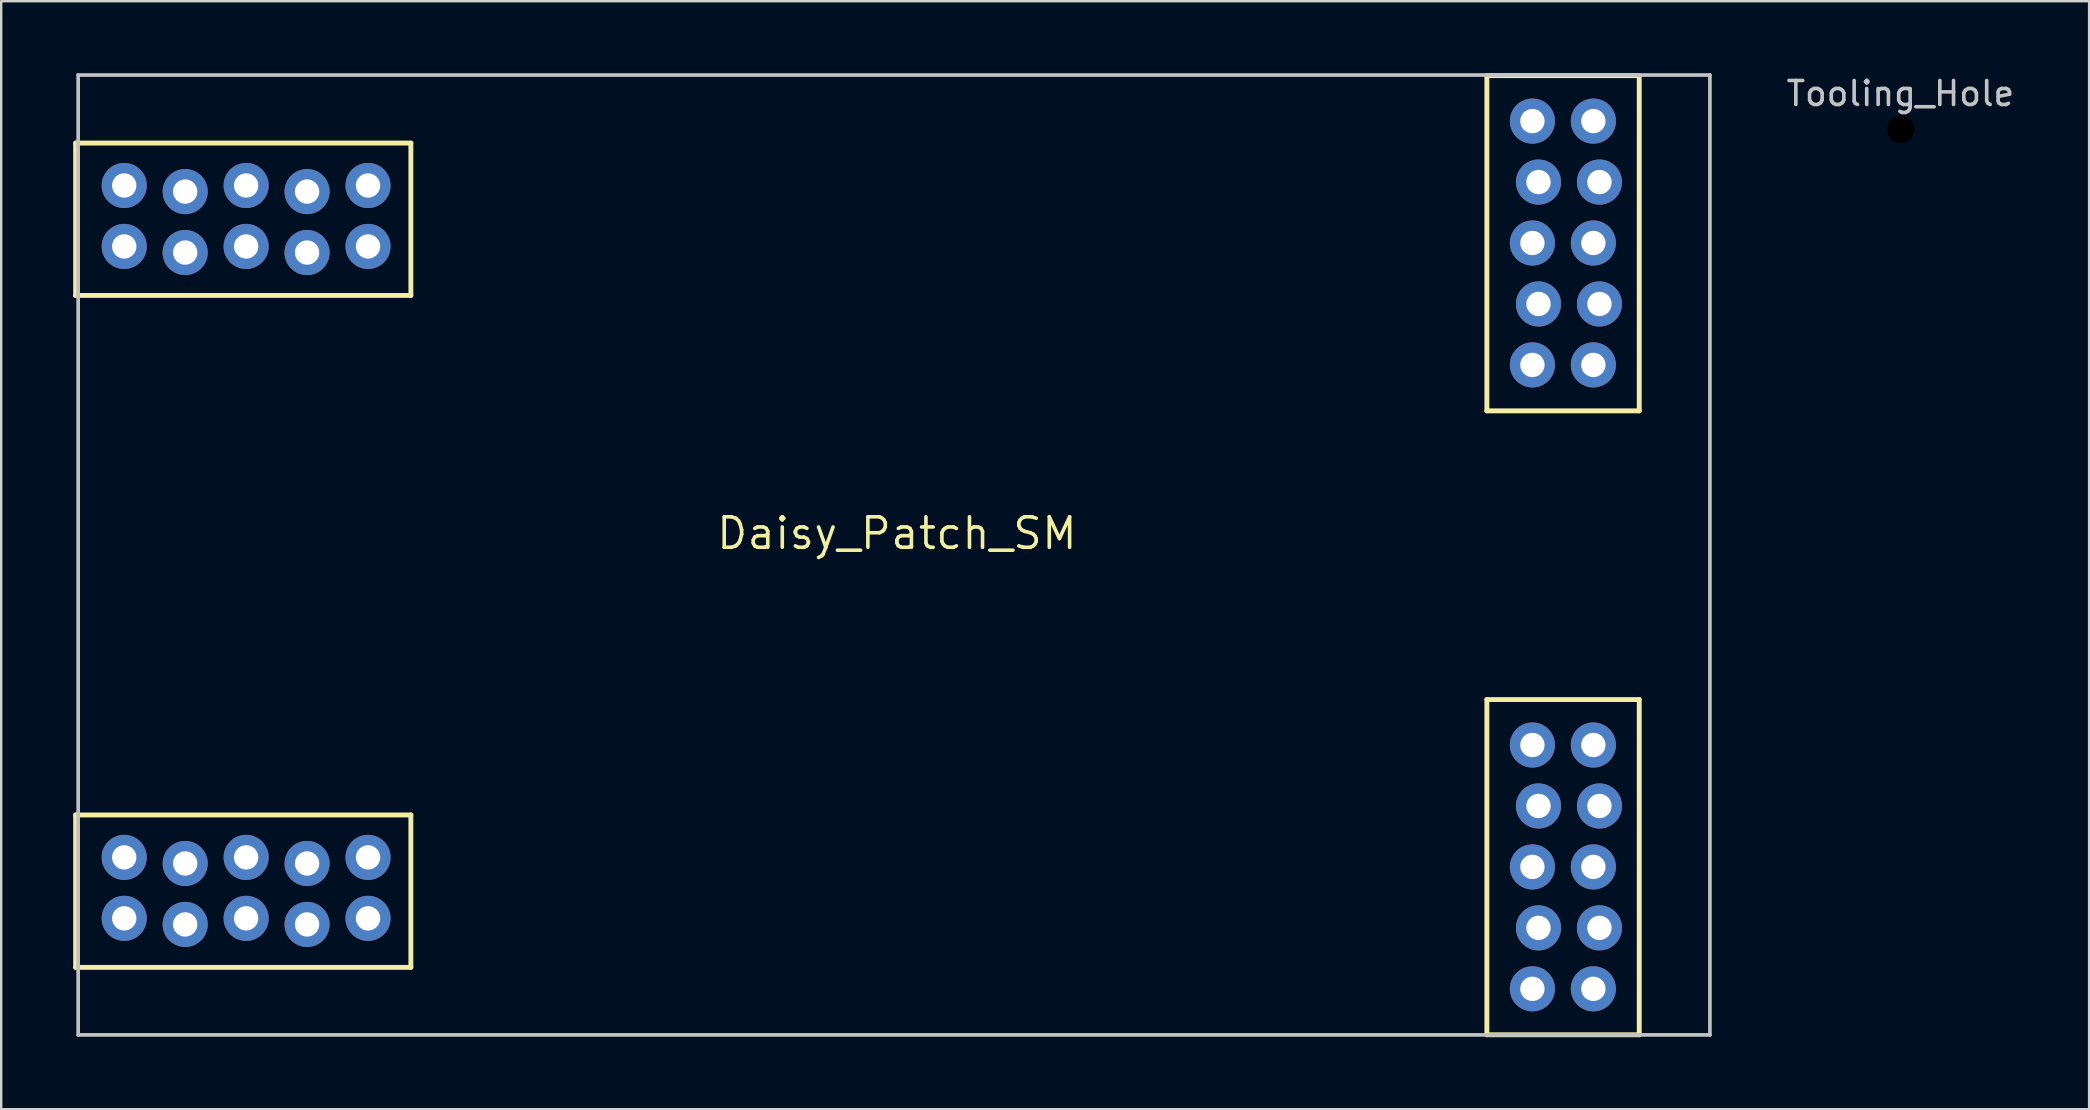
<source format=kicad_pcb>
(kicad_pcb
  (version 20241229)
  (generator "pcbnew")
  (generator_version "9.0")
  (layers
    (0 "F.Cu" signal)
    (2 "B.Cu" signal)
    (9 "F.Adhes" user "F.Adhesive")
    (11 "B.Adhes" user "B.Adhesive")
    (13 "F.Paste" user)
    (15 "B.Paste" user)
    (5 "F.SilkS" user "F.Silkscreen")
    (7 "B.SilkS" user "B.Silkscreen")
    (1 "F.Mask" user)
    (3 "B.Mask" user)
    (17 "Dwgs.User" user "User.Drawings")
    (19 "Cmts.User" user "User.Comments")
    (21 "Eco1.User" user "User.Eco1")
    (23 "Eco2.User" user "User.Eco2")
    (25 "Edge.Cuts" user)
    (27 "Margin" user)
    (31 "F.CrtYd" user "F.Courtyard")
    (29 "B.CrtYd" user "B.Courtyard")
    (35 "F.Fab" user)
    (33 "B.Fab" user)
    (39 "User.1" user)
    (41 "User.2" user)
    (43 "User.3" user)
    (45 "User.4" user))
  (footprint "Daisy_Patch_SM"
    (layer "F.Cu")
    (at 34.617 20.867)
    (property "Reference" "Daisy_Patch_SM" (at -0.29 -1.69 0) (layer "F.SilkS") (effects (font (size 1.27 1.27) (thickness 0.15))))
    (attr through_hole)
    (fp_line (start -34.515 -17.955) (end -34.515 -11.605) (stroke (width 0.203) (type solid)) (layer "F.SilkS"))
    (fp_line (start -34.515 -11.605) (end -20.545 -11.605) (stroke (width 0.203) (type solid)) (layer "F.SilkS"))
    (fp_line (start -34.515 10.045) (end -34.515 16.395) (stroke (width 0.203) (type solid)) (layer "F.SilkS"))
    (fp_line (start -34.515 16.395) (end -20.545 16.395) (stroke (width 0.203) (type solid)) (layer "F.SilkS"))
    (fp_line (start -20.545 -17.955) (end -34.515 -17.955) (stroke (width 0.203) (type solid)) (layer "F.SilkS"))
    (fp_line (start -20.545 -11.605) (end -20.545 -17.955) (stroke (width 0.203) (type solid)) (layer "F.SilkS"))
    (fp_line (start -20.545 10.045) (end -34.515 10.045) (stroke (width 0.203) (type solid)) (layer "F.SilkS"))
    (fp_line (start -20.545 16.395) (end -20.545 10.045) (stroke (width 0.203) (type solid)) (layer "F.SilkS"))
    (fp_line (start 24.295 -20.765) (end 24.295 -6.795) (stroke (width 0.203) (type solid)) (layer "F.SilkS"))
    (fp_line (start 24.295 -6.795) (end 30.645 -6.795) (stroke (width 0.203) (type solid)) (layer "F.SilkS"))
    (fp_line (start 24.295 5.235) (end 24.295 19.205) (stroke (width 0.203) (type solid)) (layer "F.SilkS"))
    (fp_line (start 24.295 19.205) (end 30.645 19.205) (stroke (width 0.203) (type solid)) (layer "F.SilkS"))
    (fp_line (start 30.645 -20.765) (end 24.295 -20.765) (stroke (width 0.203) (type solid)) (layer "F.SilkS"))
    (fp_line (start 30.645 -6.795) (end 30.645 -20.765) (stroke (width 0.203) (type solid)) (layer "F.SilkS"))
    (fp_line (start 30.645 5.235) (end 24.295 5.235) (stroke (width 0.203) (type solid)) (layer "F.SilkS"))
    (fp_line (start 30.645 19.205) (end 30.645 5.235) (stroke (width 0.203) (type solid)) (layer "F.SilkS"))
    (fp_line (start -34.41 -20.79) (end -34.41 19.21) (stroke (width 0.152) (type solid)) (layer "Dwgs.User"))
    (fp_line (start -34.41 -20.79) (end 33.59 -20.79) (stroke (width 0.152) (type solid)) (layer "Dwgs.User"))
    (fp_line (start -34.41 19.21) (end 33.59 19.21) (stroke (width 0.152) (type solid)) (layer "Dwgs.User"))
    (fp_line (start 33.59 -20.79) (end 33.59 19.21) (stroke (width 0.152) (type solid)) (layer "Dwgs.User"))
    (pad "A1" thru_hole circle (at -32.49 -16.187 90) (size 1.88 1.88) (drill 1.016) (layers "*.Cu" "*.Mask"))
    (pad "A2" thru_hole circle (at -29.95 -15.933 90) (size 1.88 1.88) (drill 1.016) (layers "*.Cu" "*.Mask"))
    (pad "A3" thru_hole circle (at -27.41 -16.187 90) (size 1.88 1.88) (drill 1.016) (layers "*.Cu" "*.Mask"))
    (pad "A4" thru_hole circle (at -24.87 -15.933 90) (size 1.88 1.88) (drill 1.016) (layers "*.Cu" "*.Mask"))
    (pad "A5" thru_hole circle (at -22.33 -16.187 90) (size 1.88 1.88) (drill 1.016) (layers "*.Cu" "*.Mask"))
    (pad "A6" thru_hole circle (at -22.33 -13.647 90) (size 1.88 1.88) (drill 1.016) (layers "*.Cu" "*.Mask"))
    (pad "A7" thru_hole circle (at -24.87 -13.393 90) (size 1.88 1.88) (drill 1.016) (layers "*.Cu" "*.Mask"))
    (pad "A8" thru_hole circle (at -27.41 -13.647 90) (size 1.88 1.88) (drill 1.016) (layers "*.Cu" "*.Mask"))
    (pad "A9" thru_hole circle (at -29.95 -13.393 90) (size 1.88 1.88) (drill 1.016) (layers "*.Cu" "*.Mask"))
    (pad "A10" thru_hole circle (at -32.49 -13.647 90) (size 1.88 1.88) (drill 1.016) (layers "*.Cu" "*.Mask"))
    (pad "B1" thru_hole circle (at 28.733 -18.87 180) (size 1.88 1.88) (drill 1.016) (layers "*.Cu" "*.Mask"))
    (pad "B2" thru_hole circle (at 28.987 -16.33 180) (size 1.88 1.88) (drill 1.016) (layers "*.Cu" "*.Mask"))
    (pad "B3" thru_hole circle (at 28.733 -13.79 180) (size 1.88 1.88) (drill 1.016) (layers "*.Cu" "*.Mask"))
    (pad "B4" thru_hole circle (at 28.987 -11.25 180) (size 1.88 1.88) (drill 1.016) (layers "*.Cu" "*.Mask"))
    (pad "B5" thru_hole circle (at 28.733 -8.71 180) (size 1.88 1.88) (drill 1.016) (layers "*.Cu" "*.Mask"))
    (pad "B6" thru_hole circle (at 26.193 -8.71 180) (size 1.88 1.88) (drill 1.016) (layers "*.Cu" "*.Mask"))
    (pad "B7" thru_hole circle (at 26.447 -11.25 180) (size 1.88 1.88) (drill 1.016) (layers "*.Cu" "*.Mask"))
    (pad "B8" thru_hole circle (at 26.193 -13.79 180) (size 1.88 1.88) (drill 1.016) (layers "*.Cu" "*.Mask"))
    (pad "B9" thru_hole circle (at 26.447 -16.33 180) (size 1.88 1.88) (drill 1.016) (layers "*.Cu" "*.Mask"))
    (pad "B10" thru_hole circle (at 26.193 -18.87 180) (size 1.88 1.88) (drill 1.016) (layers "*.Cu" "*.Mask"))
    (pad "C1" thru_hole circle (at 28.733 7.13 180) (size 1.88 1.88) (drill 1.016) (layers "*.Cu" "*.Mask"))
    (pad "C2" thru_hole circle (at 28.987 9.67 180) (size 1.88 1.88) (drill 1.016) (layers "*.Cu" "*.Mask"))
    (pad "C3" thru_hole circle (at 28.733 12.21 180) (size 1.88 1.88) (drill 1.016) (layers "*.Cu" "*.Mask"))
    (pad "C4" thru_hole circle (at 28.987 14.75 180) (size 1.88 1.88) (drill 1.016) (layers "*.Cu" "*.Mask"))
    (pad "C5" thru_hole circle (at 28.733 17.29 180) (size 1.88 1.88) (drill 1.016) (layers "*.Cu" "*.Mask"))
    (pad "C6" thru_hole circle (at 26.193 17.29 180) (size 1.88 1.88) (drill 1.016) (layers "*.Cu" "*.Mask"))
    (pad "C7" thru_hole circle (at 26.447 14.75 180) (size 1.88 1.88) (drill 1.016) (layers "*.Cu" "*.Mask"))
    (pad "C8" thru_hole circle (at 26.193 12.21 180) (size 1.88 1.88) (drill 1.016) (layers "*.Cu" "*.Mask"))
    (pad "C9" thru_hole circle (at 26.447 9.67 180) (size 1.88 1.88) (drill 1.016) (layers "*.Cu" "*.Mask"))
    (pad "C10" thru_hole circle (at 26.193 7.13 180) (size 1.88 1.88) (drill 1.016) (layers "*.Cu" "*.Mask"))
    (pad "D1" thru_hole circle (at -32.49 11.813 90) (size 1.88 1.88) (drill 1.016) (layers "*.Cu" "*.Mask"))
    (pad "D2" thru_hole circle (at -29.95 12.067 90) (size 1.88 1.88) (drill 1.016) (layers "*.Cu" "*.Mask"))
    (pad "D3" thru_hole circle (at -27.41 11.813 90) (size 1.88 1.88) (drill 1.016) (layers "*.Cu" "*.Mask"))
    (pad "D4" thru_hole circle (at -24.87 12.067 90) (size 1.88 1.88) (drill 1.016) (layers "*.Cu" "*.Mask"))
    (pad "D5" thru_hole circle (at -22.33 11.813 90) (size 1.88 1.88) (drill 1.016) (layers "*.Cu" "*.Mask"))
    (pad "D6" thru_hole circle (at -22.33 14.353 90) (size 1.88 1.88) (drill 1.016) (layers "*.Cu" "*.Mask"))
    (pad "D7" thru_hole circle (at -24.87 14.607 90) (size 1.88 1.88) (drill 1.016) (layers "*.Cu" "*.Mask"))
    (pad "D8" thru_hole circle (at -27.41 14.353 90) (size 1.88 1.88) (drill 1.016) (layers "*.Cu" "*.Mask"))
    (pad "D9" thru_hole circle (at -29.95 14.607 90) (size 1.88 1.88) (drill 1.016) (layers "*.Cu" "*.Mask"))
    (pad "D10" thru_hole circle (at -32.49 14.353 90) (size 1.88 1.88) (drill 1.016) (layers "*.Cu" "*.Mask")))
  (footprint "Tooling_Hole"
    (layer "F.Cu")
    (at 76.156 2.338)
    (property "Reference" "Tooling_Hole" (at -0.01 -1.49 0) (unlocked yes) (layer "Dwgs.User") (effects (font (size 1 1) (thickness 0.15))))
    (attr through_hole)
    (pad "" np_thru_hole circle (at 0 0) (size 1.152 1.152) (drill 1.152) (layers "*.Mask")))
  (gr_rect
    (start -3 -3)
    (end 84.009 43.173)
    (stroke (width 0.1) (type default))
    (fill no)
    (layer "Edge.Cuts")))
</source>
